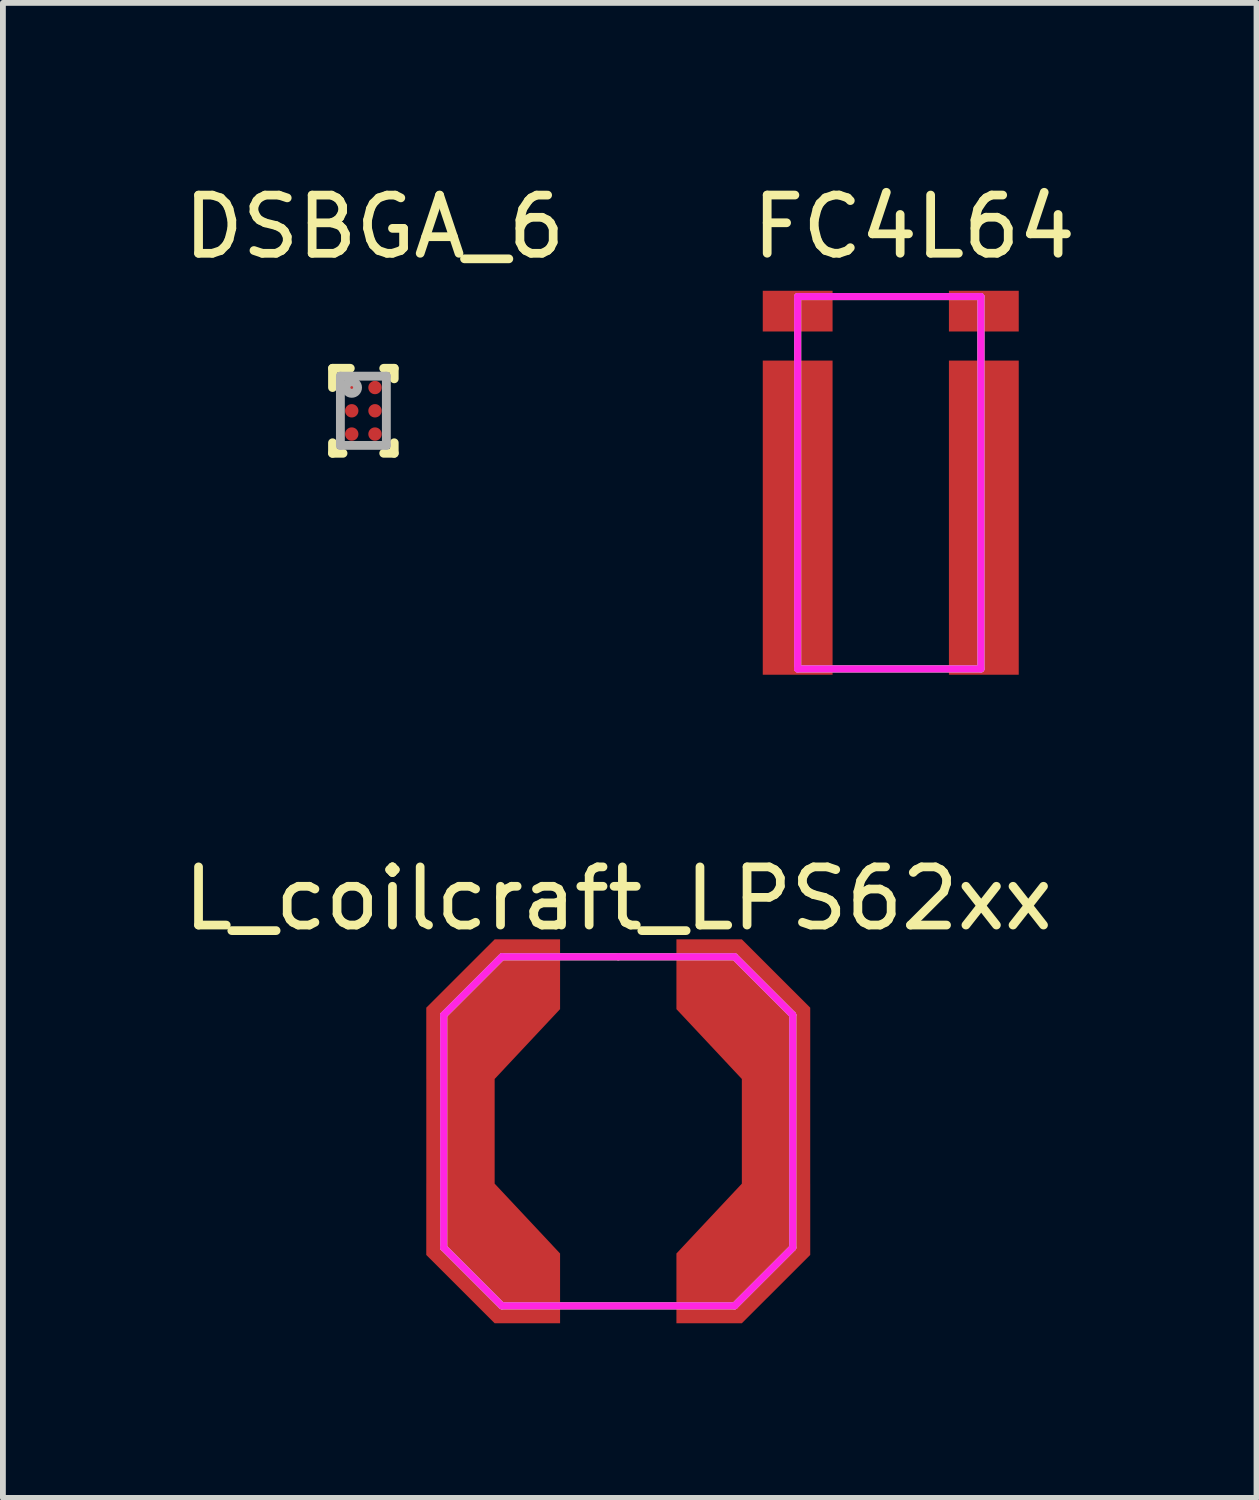
<source format=kicad_pcb>
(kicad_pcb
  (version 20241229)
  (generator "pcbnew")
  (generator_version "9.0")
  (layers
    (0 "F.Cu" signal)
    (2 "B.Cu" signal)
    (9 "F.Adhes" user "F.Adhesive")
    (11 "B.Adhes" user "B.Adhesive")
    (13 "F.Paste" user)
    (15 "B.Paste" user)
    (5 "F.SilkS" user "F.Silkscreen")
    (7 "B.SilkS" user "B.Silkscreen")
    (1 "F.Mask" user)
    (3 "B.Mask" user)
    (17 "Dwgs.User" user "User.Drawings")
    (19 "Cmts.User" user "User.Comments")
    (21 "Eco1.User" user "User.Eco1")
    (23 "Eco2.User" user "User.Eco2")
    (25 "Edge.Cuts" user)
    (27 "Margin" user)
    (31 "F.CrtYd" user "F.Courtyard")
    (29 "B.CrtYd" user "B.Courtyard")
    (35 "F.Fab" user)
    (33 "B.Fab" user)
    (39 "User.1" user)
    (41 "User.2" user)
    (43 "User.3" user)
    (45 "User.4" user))
  (footprint "FC4L64"
    (layer "F.Cu")
    (at 10.661 5.848)
    (property "Reference" "FC4L64" (at 2 -5 0) (layer "F.SilkS") (effects (font (size 1 1) (thickness 0.15))))
    (attr through_hole)
    (fp_line (start 0 -3.8) (end 3.15 -3.8) (stroke (width 0.12) (type solid)) (layer "F.SilkS"))
    (fp_line (start 0 2.6) (end 0 -3.8) (stroke (width 0.12) (type solid)) (layer "F.SilkS"))
    (fp_line (start 3.15 -3.8) (end 3.15 2.6) (stroke (width 0.12) (type solid)) (layer "F.SilkS"))
    (fp_line (start 3.15 2.6) (end 0 2.6) (stroke (width 0.12) (type solid)) (layer "F.SilkS"))
    (fp_line (start 0 -3.8) (end 3.15 -3.8) (stroke (width 0.12) (type solid)) (layer "F.CrtYd"))
    (fp_line (start 0 2.6) (end 0 -3.8) (stroke (width 0.12) (type solid)) (layer "F.CrtYd"))
    (fp_line (start 3.15 -3.8) (end 3.15 2.6) (stroke (width 0.12) (type solid)) (layer "F.CrtYd"))
    (fp_line (start 3.15 2.6) (end 0 2.6) (stroke (width 0.12) (type solid)) (layer "F.CrtYd"))
    (fp_line (start 0 -3.8) (end 3.15 -3.8) (stroke (width 0.12) (type solid)) (layer "F.Fab"))
    (fp_line (start 0 2.6) (end 0 -3.8) (stroke (width 0.12) (type solid)) (layer "F.Fab"))
    (fp_line (start 3.15 -3.8) (end 3.15 2.6) (stroke (width 0.12) (type solid)) (layer "F.Fab"))
    (fp_line (start 3.15 2.6) (end 0 2.6) (stroke (width 0.12) (type solid)) (layer "F.Fab"))
    (pad "1" smd rect (at 0 0) (size 1.2 5.4) (layers "F.Cu" "F.Mask" "F.Paste"))
    (pad "2" smd rect (at 0 -3.55) (size 1.2 0.7) (layers "F.Cu" "F.Mask" "F.Paste"))
    (pad "3" smd rect (at 3.2 -3.55) (size 1.2 0.7) (layers "F.Cu" "F.Mask" "F.Paste"))
    (pad "4" smd rect (at 3.2 0) (size 1.2 5.4) (layers "F.Cu" "F.Mask" "F.Paste")))
  (footprint "DSBGA_6"
    (layer "F.Cu")
    (at 3.196 4.011)
    (property "Reference" "DSBGA_6" (at 0.191 -3.162 0) (layer "F.SilkS") (effects (font (size 1 1) (thickness 0.15))))
    (attr through_hole)
    (fp_line (start -0.53 -0.73) (end -0.225 -0.73) (stroke (width 0.152) (type solid)) (layer "F.SilkS"))
    (fp_line (start -0.53 -0.4) (end -0.53 -0.73) (stroke (width 0.152) (type solid)) (layer "F.SilkS"))
    (fp_line (start -0.53 0.73) (end -0.53 0.55) (stroke (width 0.152) (type solid)) (layer "F.SilkS"))
    (fp_line (start -0.53 0.73) (end -0.35 0.73) (stroke (width 0.152) (type solid)) (layer "F.SilkS"))
    (fp_line (start 0.35 0.73) (end 0.53 0.73) (stroke (width 0.152) (type solid)) (layer "F.SilkS"))
    (fp_line (start 0.35 -0.73) (end 0.53 -0.73) (stroke (width 0.152) (type solid)) (layer "F.SilkS"))
    (fp_line (start 0.53 -0.55) (end 0.53 -0.73) (stroke (width 0.152) (type solid)) (layer "F.SilkS"))
    (fp_line (start 0.53 0.73) (end 0.53 0.55) (stroke (width 0.152) (type solid)) (layer "F.SilkS"))
    (fp_line (start -0.325 -0.475) (end -0.325 -0.325) (stroke (width 0.152) (type solid)) (layer "F.Paste"))
    (fp_line (start -0.325 -0.325) (end -0.275 -0.325) (stroke (width 0.152) (type solid)) (layer "F.Paste"))
    (fp_line (start -0.325 -0.075) (end -0.325 0.075) (stroke (width 0.152) (type solid)) (layer "F.Paste"))
    (fp_line (start -0.325 0.075) (end -0.275 0.075) (stroke (width 0.152) (type solid)) (layer "F.Paste"))
    (fp_line (start -0.325 0.325) (end -0.325 0.475) (stroke (width 0.152) (type solid)) (layer "F.Paste"))
    (fp_line (start -0.325 0.475) (end -0.275 0.475) (stroke (width 0.152) (type solid)) (layer "F.Paste"))
    (fp_line (start -0.275 -0.525) (end -0.275 -0.475) (stroke (width 0.152) (type solid)) (layer "F.Paste"))
    (fp_line (start -0.275 -0.475) (end -0.275 -0.325) (stroke (width 0.152) (type solid)) (layer "F.Paste"))
    (fp_line (start -0.275 -0.475) (end -0.325 -0.475) (stroke (width 0.152) (type solid)) (layer "F.Paste"))
    (fp_line (start -0.275 -0.475) (end -0.125 -0.475) (stroke (width 0.152) (type solid)) (layer "F.Paste"))
    (fp_line (start -0.275 -0.325) (end -0.275 -0.475) (stroke (width 0.152) (type solid)) (layer "F.Paste"))
    (fp_line (start -0.275 -0.325) (end -0.275 -0.275) (stroke (width 0.152) (type solid)) (layer "F.Paste"))
    (fp_line (start -0.275 -0.325) (end -0.125 -0.325) (stroke (width 0.152) (type solid)) (layer "F.Paste"))
    (fp_line (start -0.275 -0.275) (end -0.125 -0.275) (stroke (width 0.152) (type solid)) (layer "F.Paste"))
    (fp_line (start -0.275 -0.125) (end -0.275 -0.075) (stroke (width 0.152) (type solid)) (layer "F.Paste"))
    (fp_line (start -0.275 -0.075) (end -0.275 0.075) (stroke (width 0.152) (type solid)) (layer "F.Paste"))
    (fp_line (start -0.275 -0.075) (end -0.325 -0.075) (stroke (width 0.152) (type solid)) (layer "F.Paste"))
    (fp_line (start -0.275 -0.075) (end -0.125 -0.075) (stroke (width 0.152) (type solid)) (layer "F.Paste"))
    (fp_line (start -0.275 0.075) (end -0.275 -0.075) (stroke (width 0.152) (type solid)) (layer "F.Paste"))
    (fp_line (start -0.275 0.075) (end -0.275 0.125) (stroke (width 0.152) (type solid)) (layer "F.Paste"))
    (fp_line (start -0.275 0.075) (end -0.125 0.075) (stroke (width 0.152) (type solid)) (layer "F.Paste"))
    (fp_line (start -0.275 0.125) (end -0.125 0.125) (stroke (width 0.152) (type solid)) (layer "F.Paste"))
    (fp_line (start -0.275 0.275) (end -0.275 0.325) (stroke (width 0.152) (type solid)) (layer "F.Paste"))
    (fp_line (start -0.275 0.325) (end -0.275 0.475) (stroke (width 0.152) (type solid)) (layer "F.Paste"))
    (fp_line (start -0.275 0.325) (end -0.325 0.325) (stroke (width 0.152) (type solid)) (layer "F.Paste"))
    (fp_line (start -0.275 0.325) (end -0.125 0.325) (stroke (width 0.152) (type solid)) (layer "F.Paste"))
    (fp_line (start -0.275 0.475) (end -0.275 0.325) (stroke (width 0.152) (type solid)) (layer "F.Paste"))
    (fp_line (start -0.275 0.475) (end -0.275 0.525) (stroke (width 0.152) (type solid)) (layer "F.Paste"))
    (fp_line (start -0.275 0.475) (end -0.125 0.475) (stroke (width 0.152) (type solid)) (layer "F.Paste"))
    (fp_line (start -0.275 0.525) (end -0.125 0.525) (stroke (width 0.152) (type solid)) (layer "F.Paste"))
    (fp_line (start -0.125 -0.525) (end -0.275 -0.525) (stroke (width 0.152) (type solid)) (layer "F.Paste"))
    (fp_line (start -0.125 -0.475) (end -0.125 -0.525) (stroke (width 0.152) (type solid)) (layer "F.Paste"))
    (fp_line (start -0.125 -0.475) (end -0.125 -0.325) (stroke (width 0.152) (type solid)) (layer "F.Paste"))
    (fp_line (start -0.125 -0.325) (end -0.275 -0.325) (stroke (width 0.152) (type solid)) (layer "F.Paste"))
    (fp_line (start -0.125 -0.325) (end -0.075 -0.325) (stroke (width 0.152) (type solid)) (layer "F.Paste"))
    (fp_line (start -0.125 -0.275) (end -0.125 -0.325) (stroke (width 0.152) (type solid)) (layer "F.Paste"))
    (fp_line (start -0.125 -0.125) (end -0.275 -0.125) (stroke (width 0.152) (type solid)) (layer "F.Paste"))
    (fp_line (start -0.125 -0.075) (end -0.125 -0.125) (stroke (width 0.152) (type solid)) (layer "F.Paste"))
    (fp_line (start -0.125 -0.075) (end -0.125 0.075) (stroke (width 0.152) (type solid)) (layer "F.Paste"))
    (fp_line (start -0.125 0.075) (end -0.275 0.075) (stroke (width 0.152) (type solid)) (layer "F.Paste"))
    (fp_line (start -0.125 0.075) (end -0.075 0.075) (stroke (width 0.152) (type solid)) (layer "F.Paste"))
    (fp_line (start -0.125 0.125) (end -0.125 0.075) (stroke (width 0.152) (type solid)) (layer "F.Paste"))
    (fp_line (start -0.125 0.275) (end -0.275 0.275) (stroke (width 0.152) (type solid)) (layer "F.Paste"))
    (fp_line (start -0.125 0.325) (end -0.125 0.275) (stroke (width 0.152) (type solid)) (layer "F.Paste"))
    (fp_line (start -0.125 0.325) (end -0.125 0.475) (stroke (width 0.152) (type solid)) (layer "F.Paste"))
    (fp_line (start -0.125 0.475) (end -0.275 0.475) (stroke (width 0.152) (type solid)) (layer "F.Paste"))
    (fp_line (start -0.125 0.475) (end -0.075 0.475) (stroke (width 0.152) (type solid)) (layer "F.Paste"))
    (fp_line (start -0.125 0.525) (end -0.125 0.475) (stroke (width 0.152) (type solid)) (layer "F.Paste"))
    (fp_line (start -0.125 -0.475) (end -0.275 -0.475) (stroke (width 0.152) (type solid)) (layer "F.Paste"))
    (fp_line (start -0.125 -0.325) (end -0.125 -0.475) (stroke (width 0.152) (type solid)) (layer "F.Paste"))
    (fp_line (start -0.125 -0.075) (end -0.275 -0.075) (stroke (width 0.152) (type solid)) (layer "F.Paste"))
    (fp_line (start -0.125 0.075) (end -0.125 -0.075) (stroke (width 0.152) (type solid)) (layer "F.Paste"))
    (fp_line (start -0.125 0.325) (end -0.275 0.325) (stroke (width 0.152) (type solid)) (layer "F.Paste"))
    (fp_line (start -0.125 0.475) (end -0.125 0.325) (stroke (width 0.152) (type solid)) (layer "F.Paste"))
    (fp_line (start -0.075 -0.475) (end -0.125 -0.475) (stroke (width 0.152) (type solid)) (layer "F.Paste"))
    (fp_line (start -0.075 -0.325) (end -0.075 -0.475) (stroke (width 0.152) (type solid)) (layer "F.Paste"))
    (fp_line (start -0.075 -0.075) (end -0.125 -0.075) (stroke (width 0.152) (type solid)) (layer "F.Paste"))
    (fp_line (start -0.075 0.075) (end -0.075 -0.075) (stroke (width 0.152) (type solid)) (layer "F.Paste"))
    (fp_line (start -0.075 0.325) (end -0.125 0.325) (stroke (width 0.152) (type solid)) (layer "F.Paste"))
    (fp_line (start -0.075 0.475) (end -0.075 0.325) (stroke (width 0.152) (type solid)) (layer "F.Paste"))
    (fp_line (start 0.075 -0.475) (end 0.075 -0.325) (stroke (width 0.152) (type solid)) (layer "F.Paste"))
    (fp_line (start 0.075 -0.325) (end 0.125 -0.325) (stroke (width 0.152) (type solid)) (layer "F.Paste"))
    (fp_line (start 0.075 -0.075) (end 0.075 0.075) (stroke (width 0.152) (type solid)) (layer "F.Paste"))
    (fp_line (start 0.075 0.075) (end 0.125 0.075) (stroke (width 0.152) (type solid)) (layer "F.Paste"))
    (fp_line (start 0.075 0.325) (end 0.075 0.475) (stroke (width 0.152) (type solid)) (layer "F.Paste"))
    (fp_line (start 0.075 0.475) (end 0.125 0.475) (stroke (width 0.152) (type solid)) (layer "F.Paste"))
    (fp_line (start 0.125 -0.525) (end 0.125 -0.475) (stroke (width 0.152) (type solid)) (layer "F.Paste"))
    (fp_line (start 0.125 -0.475) (end 0.125 -0.325) (stroke (width 0.152) (type solid)) (layer "F.Paste"))
    (fp_line (start 0.125 -0.475) (end 0.075 -0.475) (stroke (width 0.152) (type solid)) (layer "F.Paste"))
    (fp_line (start 0.125 -0.475) (end 0.275 -0.475) (stroke (width 0.152) (type solid)) (layer "F.Paste"))
    (fp_line (start 0.125 -0.325) (end 0.125 -0.475) (stroke (width 0.152) (type solid)) (layer "F.Paste"))
    (fp_line (start 0.125 -0.325) (end 0.125 -0.275) (stroke (width 0.152) (type solid)) (layer "F.Paste"))
    (fp_line (start 0.125 -0.325) (end 0.275 -0.325) (stroke (width 0.152) (type solid)) (layer "F.Paste"))
    (fp_line (start 0.125 -0.275) (end 0.275 -0.275) (stroke (width 0.152) (type solid)) (layer "F.Paste"))
    (fp_line (start 0.125 -0.125) (end 0.125 -0.075) (stroke (width 0.152) (type solid)) (layer "F.Paste"))
    (fp_line (start 0.125 -0.075) (end 0.125 0.075) (stroke (width 0.152) (type solid)) (layer "F.Paste"))
    (fp_line (start 0.125 -0.075) (end 0.075 -0.075) (stroke (width 0.152) (type solid)) (layer "F.Paste"))
    (fp_line (start 0.125 -0.075) (end 0.275 -0.075) (stroke (width 0.152) (type solid)) (layer "F.Paste"))
    (fp_line (start 0.125 0.075) (end 0.125 -0.075) (stroke (width 0.152) (type solid)) (layer "F.Paste"))
    (fp_line (start 0.125 0.075) (end 0.125 0.125) (stroke (width 0.152) (type solid)) (layer "F.Paste"))
    (fp_line (start 0.125 0.075) (end 0.275 0.075) (stroke (width 0.152) (type solid)) (layer "F.Paste"))
    (fp_line (start 0.125 0.125) (end 0.275 0.125) (stroke (width 0.152) (type solid)) (layer "F.Paste"))
    (fp_line (start 0.125 0.275) (end 0.125 0.325) (stroke (width 0.152) (type solid)) (layer "F.Paste"))
    (fp_line (start 0.125 0.325) (end 0.125 0.475) (stroke (width 0.152) (type solid)) (layer "F.Paste"))
    (fp_line (start 0.125 0.325) (end 0.075 0.325) (stroke (width 0.152) (type solid)) (layer "F.Paste"))
    (fp_line (start 0.125 0.325) (end 0.275 0.325) (stroke (width 0.152) (type solid)) (layer "F.Paste"))
    (fp_line (start 0.125 0.475) (end 0.125 0.325) (stroke (width 0.152) (type solid)) (layer "F.Paste"))
    (fp_line (start 0.125 0.475) (end 0.125 0.525) (stroke (width 0.152) (type solid)) (layer "F.Paste"))
    (fp_line (start 0.125 0.475) (end 0.275 0.475) (stroke (width 0.152) (type solid)) (layer "F.Paste"))
    (fp_line (start 0.125 0.525) (end 0.275 0.525) (stroke (width 0.152) (type solid)) (layer "F.Paste"))
    (fp_line (start 0.275 -0.525) (end 0.125 -0.525) (stroke (width 0.152) (type solid)) (layer "F.Paste"))
    (fp_line (start 0.275 -0.475) (end 0.275 -0.525) (stroke (width 0.152) (type solid)) (layer "F.Paste"))
    (fp_line (start 0.275 -0.475) (end 0.275 -0.325) (stroke (width 0.152) (type solid)) (layer "F.Paste"))
    (fp_line (start 0.275 -0.325) (end 0.125 -0.325) (stroke (width 0.152) (type solid)) (layer "F.Paste"))
    (fp_line (start 0.275 -0.325) (end 0.325 -0.325) (stroke (width 0.152) (type solid)) (layer "F.Paste"))
    (fp_line (start 0.275 -0.275) (end 0.275 -0.325) (stroke (width 0.152) (type solid)) (layer "F.Paste"))
    (fp_line (start 0.275 -0.125) (end 0.125 -0.125) (stroke (width 0.152) (type solid)) (layer "F.Paste"))
    (fp_line (start 0.275 -0.075) (end 0.275 -0.125) (stroke (width 0.152) (type solid)) (layer "F.Paste"))
    (fp_line (start 0.275 -0.075) (end 0.275 0.075) (stroke (width 0.152) (type solid)) (layer "F.Paste"))
    (fp_line (start 0.275 0.075) (end 0.125 0.075) (stroke (width 0.152) (type solid)) (layer "F.Paste"))
    (fp_line (start 0.275 0.075) (end 0.325 0.075) (stroke (width 0.152) (type solid)) (layer "F.Paste"))
    (fp_line (start 0.275 0.125) (end 0.275 0.075) (stroke (width 0.152) (type solid)) (layer "F.Paste"))
    (fp_line (start 0.275 0.275) (end 0.125 0.275) (stroke (width 0.152) (type solid)) (layer "F.Paste"))
    (fp_line (start 0.275 0.325) (end 0.275 0.275) (stroke (width 0.152) (type solid)) (layer "F.Paste"))
    (fp_line (start 0.275 0.325) (end 0.275 0.475) (stroke (width 0.152) (type solid)) (layer "F.Paste"))
    (fp_line (start 0.275 0.475) (end 0.125 0.475) (stroke (width 0.152) (type solid)) (layer "F.Paste"))
    (fp_line (start 0.275 0.475) (end 0.325 0.475) (stroke (width 0.152) (type solid)) (layer "F.Paste"))
    (fp_line (start 0.275 0.525) (end 0.275 0.475) (stroke (width 0.152) (type solid)) (layer "F.Paste"))
    (fp_line (start 0.275 -0.475) (end 0.125 -0.475) (stroke (width 0.152) (type solid)) (layer "F.Paste"))
    (fp_line (start 0.275 -0.325) (end 0.275 -0.475) (stroke (width 0.152) (type solid)) (layer "F.Paste"))
    (fp_line (start 0.275 -0.075) (end 0.125 -0.075) (stroke (width 0.152) (type solid)) (layer "F.Paste"))
    (fp_line (start 0.275 0.075) (end 0.275 -0.075) (stroke (width 0.152) (type solid)) (layer "F.Paste"))
    (fp_line (start 0.275 0.325) (end 0.125 0.325) (stroke (width 0.152) (type solid)) (layer "F.Paste"))
    (fp_line (start 0.275 0.475) (end 0.275 0.325) (stroke (width 0.152) (type solid)) (layer "F.Paste"))
    (fp_line (start 0.325 -0.475) (end 0.275 -0.475) (stroke (width 0.152) (type solid)) (layer "F.Paste"))
    (fp_line (start 0.325 -0.325) (end 0.325 -0.475) (stroke (width 0.152) (type solid)) (layer "F.Paste"))
    (fp_line (start 0.325 -0.075) (end 0.275 -0.075) (stroke (width 0.152) (type solid)) (layer "F.Paste"))
    (fp_line (start 0.325 0.075) (end 0.325 -0.075) (stroke (width 0.152) (type solid)) (layer "F.Paste"))
    (fp_line (start 0.325 0.325) (end 0.275 0.325) (stroke (width 0.152) (type solid)) (layer "F.Paste"))
    (fp_line (start 0.325 0.475) (end 0.325 0.325) (stroke (width 0.152) (type solid)) (layer "F.Paste"))
    (fp_line (start -0.395 -0.595) (end 0.395 -0.595) (stroke (width 0.152) (type solid)) (layer "F.Fab"))
    (fp_line (start -0.395 0.595) (end -0.395 -0.595) (stroke (width 0.152) (type solid)) (layer "F.Fab"))
    (fp_line (start -0.395 0.595) (end 0.395 0.595) (stroke (width 0.152) (type solid)) (layer "F.Fab"))
    (fp_line (start 0.395 0.595) (end 0.395 -0.595) (stroke (width 0.152) (type solid)) (layer "F.Fab"))
    (fp_circle (center -0.2 -0.4) (end -0.1 -0.4) (stroke (width 0.152) (type solid)) (fill no) (layer "F.Fab"))
    (pad "A1" smd circle (at -0.2 -0.4) (size 0.23 0.23) (layers "F.Cu" "F.Mask" "F.Paste"))
    (pad "A2" smd circle (at 0.2 -0.4) (size 0.23 0.23) (layers "F.Cu" "F.Mask" "F.Paste"))
    (pad "B1" smd circle (at -0.2 0) (size 0.23 0.23) (layers "F.Cu" "F.Mask" "F.Paste"))
    (pad "B2" smd circle (at 0.2 0) (size 0.23 0.23) (layers "F.Cu" "F.Mask" "F.Paste"))
    (pad "C1" smd circle (at -0.2 0.4) (size 0.23 0.23) (layers "F.Cu" "F.Mask" "F.Paste"))
    (pad "C2" smd circle (at 0.2 0.4) (size 0.23 0.23) (layers "F.Cu" "F.Mask" "F.Paste")))
  (footprint "L_coilcraft_LPS62xx"
    (layer "F.Cu")
    (at 7.577 16.396)
    (property "Reference" "L_coilcraft_LPS62xx" (at 0 -4 0) (layer "F.SilkS") (effects (font (size 1 1) (thickness 0.15))))
    (attr through_hole)
    (fp_line (start -3 -2) (end -2 -3) (stroke (width 0.12) (type solid)) (layer "F.SilkS"))
    (fp_line (start -3 2) (end -3 -2) (stroke (width 0.12) (type solid)) (layer "F.SilkS"))
    (fp_line (start -2 -3) (end 0 -3) (stroke (width 0.12) (type solid)) (layer "F.SilkS"))
    (fp_line (start -2 3) (end -3 2) (stroke (width 0.12) (type solid)) (layer "F.SilkS"))
    (fp_line (start 0 -3) (end 2 -3) (stroke (width 0.12) (type solid)) (layer "F.SilkS"))
    (fp_line (start 2 -3) (end 3 -2) (stroke (width 0.12) (type solid)) (layer "F.SilkS"))
    (fp_line (start 2 3) (end -2 3) (stroke (width 0.12) (type solid)) (layer "F.SilkS"))
    (fp_line (start 3 -2) (end 3 2) (stroke (width 0.12) (type solid)) (layer "F.SilkS"))
    (fp_line (start 3 2) (end 2 3) (stroke (width 0.12) (type solid)) (layer "F.SilkS"))
    (fp_line (start -3 -2) (end -2 -3) (stroke (width 0.12) (type solid)) (layer "F.CrtYd"))
    (fp_line (start -3 2) (end -3 -2) (stroke (width 0.12) (type solid)) (layer "F.CrtYd"))
    (fp_line (start -2 -3) (end 0 -3) (stroke (width 0.12) (type solid)) (layer "F.CrtYd"))
    (fp_line (start -2 3) (end -3 2) (stroke (width 0.12) (type solid)) (layer "F.CrtYd"))
    (fp_line (start 0 -3) (end 2 -3) (stroke (width 0.12) (type solid)) (layer "F.CrtYd"))
    (fp_line (start 2 -3) (end 3 -2) (stroke (width 0.12) (type solid)) (layer "F.CrtYd"))
    (fp_line (start 2 3) (end -2 3) (stroke (width 0.12) (type solid)) (layer "F.CrtYd"))
    (fp_line (start 3 -2) (end 3 2) (stroke (width 0.12) (type solid)) (layer "F.CrtYd"))
    (fp_line (start 3 2) (end 2 3) (stroke (width 0.12) (type solid)) (layer "F.CrtYd"))
    (fp_line (start -3 -2) (end -2 -3) (stroke (width 0.12) (type solid)) (layer "F.Fab"))
    (fp_line (start -3 2) (end -3 -2) (stroke (width 0.12) (type solid)) (layer "F.Fab"))
    (fp_line (start -2 -3) (end 0 -3) (stroke (width 0.12) (type solid)) (layer "F.Fab"))
    (fp_line (start -2 3) (end -3 2) (stroke (width 0.12) (type solid)) (layer "F.Fab"))
    (fp_line (start 0 -3) (end 2 -3) (stroke (width 0.12) (type solid)) (layer "F.Fab"))
    (fp_line (start 2 -3) (end 3 -2) (stroke (width 0.12) (type solid)) (layer "F.Fab"))
    (fp_line (start 2 3) (end -2 3) (stroke (width 0.12) (type solid)) (layer "F.Fab"))
    (fp_line (start 3 -2) (end 3 2) (stroke (width 0.12) (type solid)) (layer "F.Fab"))
    (fp_line (start 3 2) (end 2 3) (stroke (width 0.12) (type solid)) (layer "F.Fab"))
    (pad "1" smd custom (at -2.712 0) (size 1.175 1.8) (layers "F.Cu" "F.Mask" "F.Paste") (options (anchor rect)) (primitives (gr_poly (pts (xy -0.588 0.9) (xy -0.588 2.125) (xy 0.588 3.3) (xy 1.712 3.3) (xy 1.712 2.1) (xy 0.588 0.9)) (width 0) (fill yes)) (gr_poly (pts (xy -0.588 -0.9) (xy -0.588 -2.125) (xy 0.588 -3.3) (xy 1.712 -3.3) (xy 1.712 -2.1) (xy 0.588 -0.9)) (width 0) (fill yes))))
    (pad "2" smd custom (at 2.712 0 180) (size 1.175 1.8) (layers "F.Cu" "F.Mask" "F.Paste") (options (anchor rect)) (primitives (gr_poly (pts (xy -0.588 0.9) (xy -0.588 2.125) (xy 0.588 3.3) (xy 1.712 3.3) (xy 1.712 2.1) (xy 0.588 0.9)) (width 0) (fill yes)) (gr_poly (pts (xy -0.588 -0.9) (xy -0.588 -2.125) (xy 0.588 -3.3) (xy 1.712 -3.3) (xy 1.712 -2.1) (xy 0.588 -0.9)) (width 0) (fill yes)))))
  (gr_rect
    (start -3 -3)
    (end 18.548 22.697)
    (stroke (width 0.1) (type default))
    (fill no)
    (layer "Edge.Cuts")))
</source>
